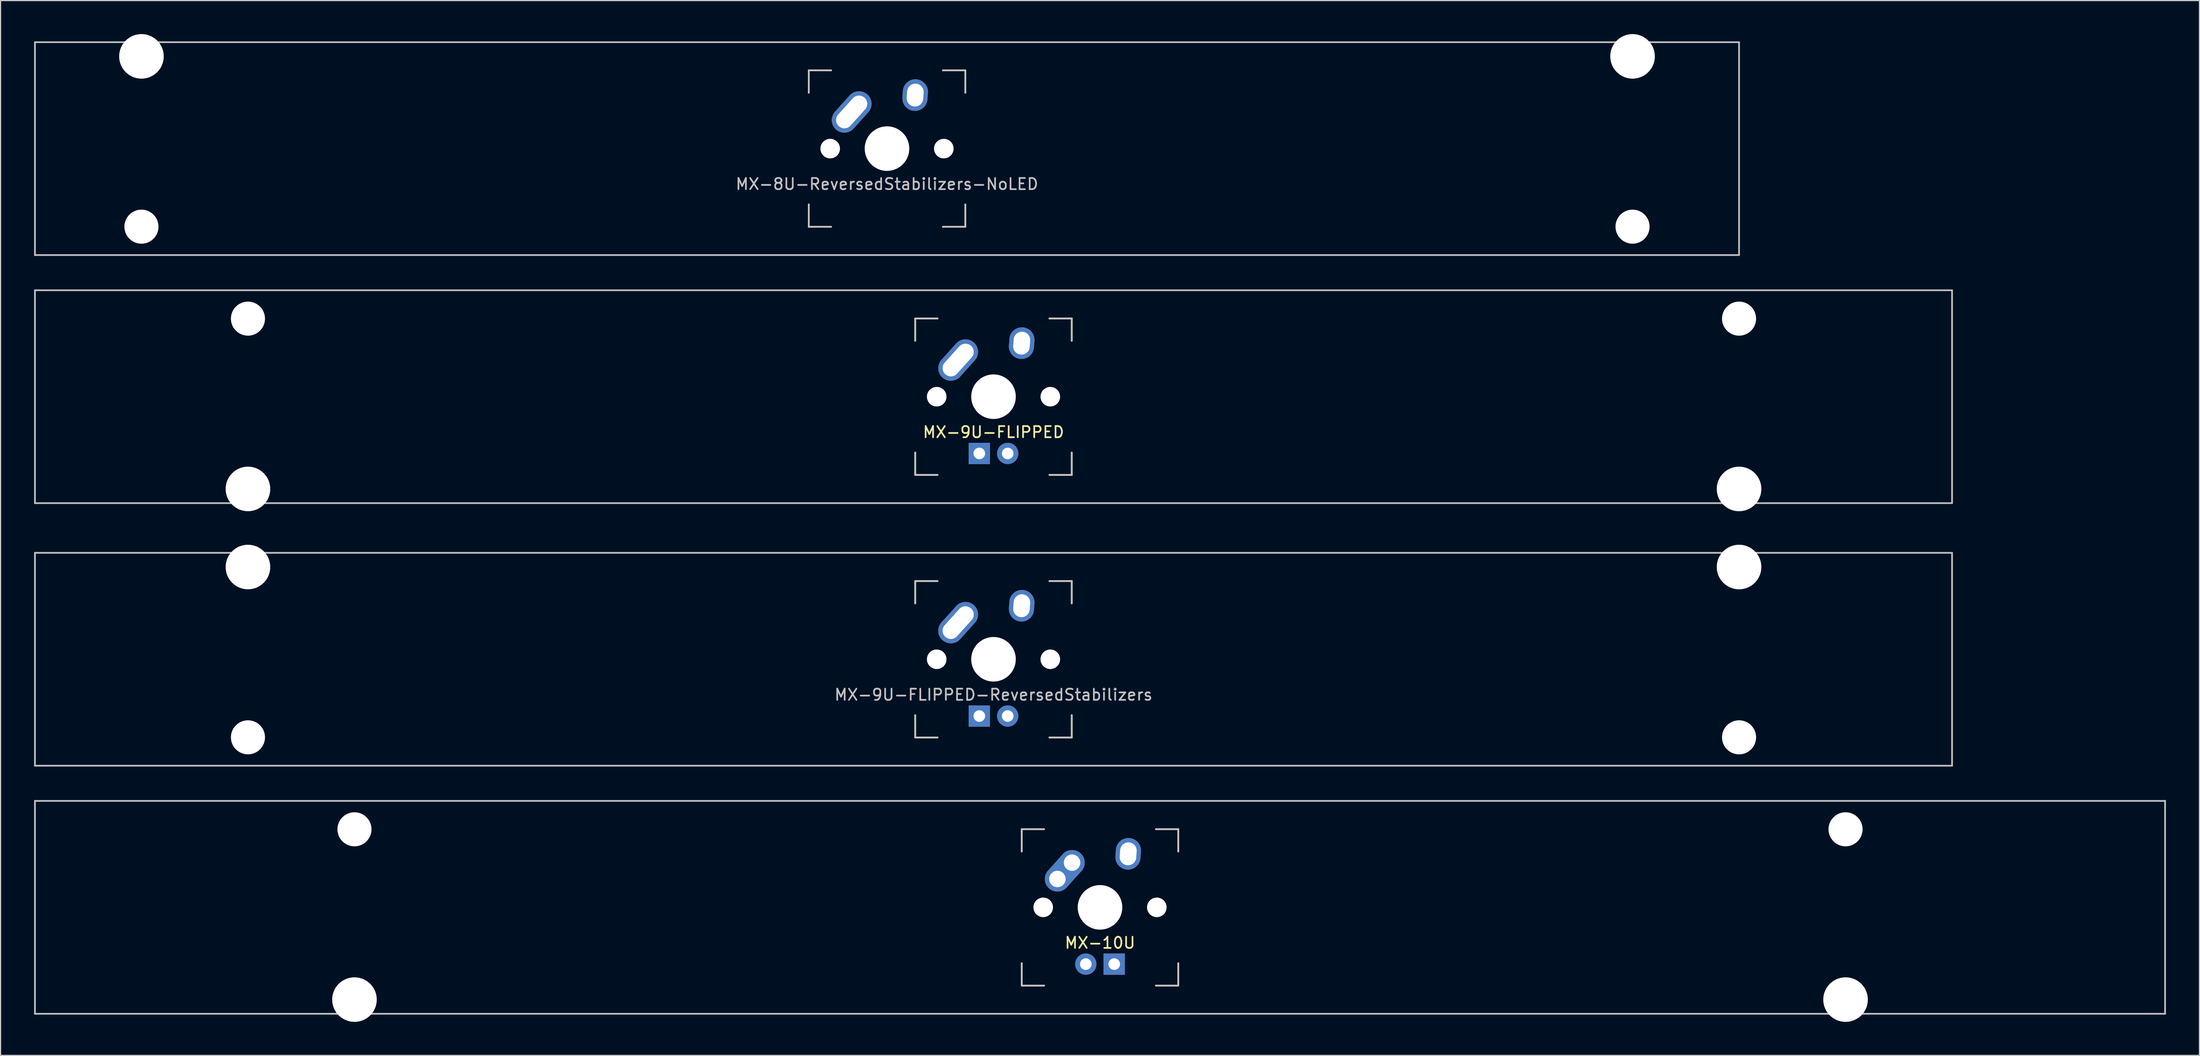
<source format=kicad_pcb>
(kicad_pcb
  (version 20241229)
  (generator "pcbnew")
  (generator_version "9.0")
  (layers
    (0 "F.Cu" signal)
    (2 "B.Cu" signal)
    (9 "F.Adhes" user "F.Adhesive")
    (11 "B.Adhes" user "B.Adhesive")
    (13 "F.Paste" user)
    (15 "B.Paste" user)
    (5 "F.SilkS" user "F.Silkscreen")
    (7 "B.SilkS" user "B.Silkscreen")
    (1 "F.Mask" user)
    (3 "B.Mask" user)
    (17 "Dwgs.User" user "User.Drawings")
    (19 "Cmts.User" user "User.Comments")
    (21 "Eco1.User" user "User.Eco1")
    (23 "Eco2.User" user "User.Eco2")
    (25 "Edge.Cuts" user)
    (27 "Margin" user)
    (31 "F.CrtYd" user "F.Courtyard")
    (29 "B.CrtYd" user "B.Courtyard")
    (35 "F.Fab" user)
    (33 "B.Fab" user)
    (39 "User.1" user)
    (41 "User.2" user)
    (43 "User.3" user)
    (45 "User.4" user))
  (footprint "MX-10U"
    (layer "F.Cu")
    (at 95.325 78.147)
    (property "Reference" "MX-10U" (at 0 3.175 0) (layer "F.SilkS") (effects (font (size 1 1) (thickness 0.15))))
    (attr through_hole)
    (fp_line (start -7 -7) (end -7 -5) (stroke (width 0.15) (type solid)) (layer "F.SilkS"))
    (fp_line (start -7 5) (end -7 7) (stroke (width 0.15) (type solid)) (layer "F.SilkS"))
    (fp_line (start -7 7) (end -5 7) (stroke (width 0.15) (type solid)) (layer "F.SilkS"))
    (fp_line (start -5 -7) (end -7 -7) (stroke (width 0.15) (type solid)) (layer "F.SilkS"))
    (fp_line (start 5 -7) (end 7 -7) (stroke (width 0.15) (type solid)) (layer "F.SilkS"))
    (fp_line (start 5 7) (end 7 7) (stroke (width 0.15) (type solid)) (layer "F.SilkS"))
    (fp_line (start 7 -7) (end 7 -5) (stroke (width 0.15) (type solid)) (layer "F.SilkS"))
    (fp_line (start 7 7) (end 7 5) (stroke (width 0.15) (type solid)) (layer "F.SilkS"))
    (fp_line (start -95.25 -9.525) (end 95.25 -9.525) (stroke (width 0.15) (type solid)) (layer "Dwgs.User"))
    (fp_line (start -95.25 9.525) (end -95.25 -9.525) (stroke (width 0.15) (type solid)) (layer "Dwgs.User"))
    (fp_line (start -95.25 9.525) (end 95.25 9.525) (stroke (width 0.15) (type solid)) (layer "Dwgs.User"))
    (fp_line (start -7 -7) (end -7 -5) (stroke (width 0.15) (type solid)) (layer "Dwgs.User"))
    (fp_line (start -7 5) (end -7 7) (stroke (width 0.15) (type solid)) (layer "Dwgs.User"))
    (fp_line (start -7 7) (end -5 7) (stroke (width 0.15) (type solid)) (layer "Dwgs.User"))
    (fp_line (start -5 -7) (end -7 -7) (stroke (width 0.15) (type solid)) (layer "Dwgs.User"))
    (fp_line (start 5 -7) (end 7 -7) (stroke (width 0.15) (type solid)) (layer "Dwgs.User"))
    (fp_line (start 5 7) (end 7 7) (stroke (width 0.15) (type solid)) (layer "Dwgs.User"))
    (fp_line (start 7 -7) (end 7 -5) (stroke (width 0.15) (type solid)) (layer "Dwgs.User"))
    (fp_line (start 7 7) (end 7 5) (stroke (width 0.15) (type solid)) (layer "Dwgs.User"))
    (fp_line (start 95.25 -9.525) (end 95.25 9.525) (stroke (width 0.15) (type solid)) (layer "Dwgs.User"))
    (pad "" np_thru_hole circle (at -66.675 -6.985) (size 3.048 3.048) (drill 3.048) (layers "*.Cu" "*.Mask"))
    (pad "" np_thru_hole circle (at -66.675 8.255) (size 3.988 3.988) (drill 3.988) (layers "*.Cu" "*.Mask"))
    (pad "" np_thru_hole circle (at -5.08 0 48.1) (size 1.75 1.75) (drill 1.75) (layers "*.Cu" "*.Mask"))
    (pad "" np_thru_hole circle (at 0 0) (size 3.988 3.988) (drill 3.988) (layers "*.Cu" "*.Mask"))
    (pad "" np_thru_hole circle (at 5.08 0 48.1) (size 1.75 1.75) (drill 1.75) (layers "*.Cu" "*.Mask"))
    (pad "" np_thru_hole circle (at 66.675 -6.985) (size 3.048 3.048) (drill 3.048) (layers "*.Cu" "*.Mask"))
    (pad "" np_thru_hole circle (at 66.675 8.255) (size 3.988 3.988) (drill 3.988) (layers "*.Cu" "*.Mask"))
    (pad "1" thru_hole oval (at -3.81 -2.54 48.1) (size 4.212 2.25) (drill 1.47 (offset 0.981 0)) (layers "*.Cu" "*.Mask"))
    (pad "1" thru_hole circle (at -2.5 -4) (size 2.25 2.25) (drill 1.47) (layers "*.Cu" "*.Mask"))
    (pad "2" thru_hole oval (at 2.52 -4.79 86) (size 2.831 2.25) (drill oval 2.051 1.48) (layers "*.Cu" "*.Mask"))
    (pad "3" thru_hole circle (at -1.27 5.08) (size 1.905 1.905) (drill 1.04) (layers "*.Cu" "*.Mask"))
    (pad "4" thru_hole rect (at 1.27 5.08) (size 1.905 1.905) (drill 1.04) (layers "*.Cu" "*.Mask")))
  (footprint "MX-8U-ReversedStabilizers-NoLED"
    (layer "F.Cu")
    (at 76.275 10.249)
    (property "Reference" "MX-8U-ReversedStabilizers-NoLED" (at 0 3.175 0) (layer "Dwgs.User") (effects (font (size 1 1) (thickness 0.15))))
    (attr through_hole)
    (fp_line (start -7 -7) (end -7 -5) (stroke (width 0.15) (type solid)) (layer "F.SilkS"))
    (fp_line (start -7 5) (end -7 7) (stroke (width 0.15) (type solid)) (layer "F.SilkS"))
    (fp_line (start -7 7) (end -5 7) (stroke (width 0.15) (type solid)) (layer "F.SilkS"))
    (fp_line (start -5 -7) (end -7 -7) (stroke (width 0.15) (type solid)) (layer "F.SilkS"))
    (fp_line (start 5 -7) (end 7 -7) (stroke (width 0.15) (type solid)) (layer "F.SilkS"))
    (fp_line (start 5 7) (end 7 7) (stroke (width 0.15) (type solid)) (layer "F.SilkS"))
    (fp_line (start 7 -7) (end 7 -5) (stroke (width 0.15) (type solid)) (layer "F.SilkS"))
    (fp_line (start 7 7) (end 7 5) (stroke (width 0.15) (type solid)) (layer "F.SilkS"))
    (fp_line (start -76.2 -9.525) (end 76.2 -9.525) (stroke (width 0.15) (type solid)) (layer "Dwgs.User"))
    (fp_line (start -76.2 9.525) (end -76.2 -9.525) (stroke (width 0.15) (type solid)) (layer "Dwgs.User"))
    (fp_line (start -76.2 9.525) (end 76.2 9.525) (stroke (width 0.15) (type solid)) (layer "Dwgs.User"))
    (fp_line (start -7 -7) (end -7 -5) (stroke (width 0.15) (type solid)) (layer "Dwgs.User"))
    (fp_line (start -7 5) (end -7 7) (stroke (width 0.15) (type solid)) (layer "Dwgs.User"))
    (fp_line (start -7 7) (end -5 7) (stroke (width 0.15) (type solid)) (layer "Dwgs.User"))
    (fp_line (start -5 -7) (end -7 -7) (stroke (width 0.15) (type solid)) (layer "Dwgs.User"))
    (fp_line (start 5 -7) (end 7 -7) (stroke (width 0.15) (type solid)) (layer "Dwgs.User"))
    (fp_line (start 5 7) (end 7 7) (stroke (width 0.15) (type solid)) (layer "Dwgs.User"))
    (fp_line (start 7 -7) (end 7 -5) (stroke (width 0.15) (type solid)) (layer "Dwgs.User"))
    (fp_line (start 7 7) (end 7 5) (stroke (width 0.15) (type solid)) (layer "Dwgs.User"))
    (fp_line (start 76.2 -9.525) (end 76.2 9.525) (stroke (width 0.15) (type solid)) (layer "Dwgs.User"))
    (pad "" np_thru_hole circle (at -66.675 -8.255) (size 3.988 3.988) (drill 3.988) (layers "*.Cu" "*.Mask"))
    (pad "" np_thru_hole circle (at -66.675 6.985) (size 3.048 3.048) (drill 3.048) (layers "*.Cu" "*.Mask"))
    (pad "" np_thru_hole circle (at -5.08 0 48.1) (size 1.75 1.75) (drill 1.75) (layers "*.Cu" "*.Mask"))
    (pad "" np_thru_hole circle (at 0 0) (size 3.988 3.988) (drill 3.988) (layers "*.Cu" "*.Mask"))
    (pad "" np_thru_hole circle (at 5.08 0 48.1) (size 1.75 1.75) (drill 1.75) (layers "*.Cu" "*.Mask"))
    (pad "" np_thru_hole circle (at 66.675 -8.255) (size 3.988 3.988) (drill 3.988) (layers "*.Cu" "*.Mask"))
    (pad "" np_thru_hole circle (at 66.675 6.985) (size 3.048 3.048) (drill 3.048) (layers "*.Cu" "*.Mask"))
    (pad "1" thru_hole oval (at -3.16 -3.28 48) (size 4.21 2.25) (drill oval 3.43 1.48) (layers "*.Cu" "B.Mask"))
    (pad "2" thru_hole oval (at 2.52 -4.79 86) (size 2.831 2.25) (drill oval 2.051 1.48) (layers "*.Cu" "B.Mask")))
  (footprint "MX-9U-FLIPPED-ReversedStabilizers"
    (layer "F.Cu")
    (at 85.8 55.947)
    (property "Reference" "MX-9U-FLIPPED-ReversedStabilizers" (at 0 3.175 0) (layer "Dwgs.User") (effects (font (size 1 1) (thickness 0.15))))
    (attr through_hole)
    (fp_line (start -7 -7) (end -7 -5) (stroke (width 0.15) (type solid)) (layer "F.SilkS"))
    (fp_line (start -7 5) (end -7 7) (stroke (width 0.15) (type solid)) (layer "F.SilkS"))
    (fp_line (start -7 7) (end -5 7) (stroke (width 0.15) (type solid)) (layer "F.SilkS"))
    (fp_line (start -5 -7) (end -7 -7) (stroke (width 0.15) (type solid)) (layer "F.SilkS"))
    (fp_line (start 5 -7) (end 7 -7) (stroke (width 0.15) (type solid)) (layer "F.SilkS"))
    (fp_line (start 5 7) (end 7 7) (stroke (width 0.15) (type solid)) (layer "F.SilkS"))
    (fp_line (start 7 -7) (end 7 -5) (stroke (width 0.15) (type solid)) (layer "F.SilkS"))
    (fp_line (start 7 7) (end 7 5) (stroke (width 0.15) (type solid)) (layer "F.SilkS"))
    (fp_line (start -85.725 -9.525) (end 85.725 -9.525) (stroke (width 0.15) (type solid)) (layer "Dwgs.User"))
    (fp_line (start -85.725 9.525) (end -85.725 -9.525) (stroke (width 0.15) (type solid)) (layer "Dwgs.User"))
    (fp_line (start -85.725 9.525) (end 85.725 9.525) (stroke (width 0.15) (type solid)) (layer "Dwgs.User"))
    (fp_line (start -7 -7) (end -7 -5) (stroke (width 0.15) (type solid)) (layer "Dwgs.User"))
    (fp_line (start -7 5) (end -7 7) (stroke (width 0.15) (type solid)) (layer "Dwgs.User"))
    (fp_line (start -7 7) (end -5 7) (stroke (width 0.15) (type solid)) (layer "Dwgs.User"))
    (fp_line (start -5 -7) (end -7 -7) (stroke (width 0.15) (type solid)) (layer "Dwgs.User"))
    (fp_line (start 5 -7) (end 7 -7) (stroke (width 0.15) (type solid)) (layer "Dwgs.User"))
    (fp_line (start 5 7) (end 7 7) (stroke (width 0.15) (type solid)) (layer "Dwgs.User"))
    (fp_line (start 7 -7) (end 7 -5) (stroke (width 0.15) (type solid)) (layer "Dwgs.User"))
    (fp_line (start 7 7) (end 7 5) (stroke (width 0.15) (type solid)) (layer "Dwgs.User"))
    (fp_line (start 85.725 -9.525) (end 85.725 9.525) (stroke (width 0.15) (type solid)) (layer "Dwgs.User"))
    (pad "" np_thru_hole circle (at -66.675 -8.255) (size 3.988 3.988) (drill 3.988) (layers "*.Cu" "*.Mask"))
    (pad "" np_thru_hole circle (at -66.675 6.985) (size 3.048 3.048) (drill 3.048) (layers "*.Cu" "*.Mask"))
    (pad "" np_thru_hole circle (at -5.08 0 48.1) (size 1.75 1.75) (drill 1.75) (layers "*.Cu" "*.Mask"))
    (pad "" np_thru_hole circle (at 0 0) (size 3.988 3.988) (drill 3.988) (layers "*.Cu" "*.Mask"))
    (pad "" np_thru_hole circle (at 5.08 0 48.1) (size 1.75 1.75) (drill 1.75) (layers "*.Cu" "*.Mask"))
    (pad "" np_thru_hole circle (at 66.675 -8.255) (size 3.988 3.988) (drill 3.988) (layers "*.Cu" "*.Mask"))
    (pad "" np_thru_hole circle (at 66.675 6.985) (size 3.048 3.048) (drill 3.048) (layers "*.Cu" "*.Mask"))
    (pad "1" thru_hole oval (at -3.16 -3.28 48) (size 4.21 2.25) (drill oval 3.43 1.48) (layers "*.Cu" "B.Mask"))
    (pad "2" thru_hole oval (at 2.52 -4.79 86) (size 2.831 2.25) (drill oval 2.051 1.48) (layers "*.Cu" "B.Mask"))
    (pad "3" thru_hole circle (at 1.27 5.08) (size 1.905 1.905) (drill 1.04) (layers "*.Cu" "B.Mask"))
    (pad "4" thru_hole rect (at -1.27 5.08) (size 1.905 1.905) (drill 1.04) (layers "*.Cu" "B.Mask")))
  (footprint "MX-9U-FLIPPED"
    (layer "F.Cu")
    (at 85.8 32.449)
    (property "Reference" "MX-9U-FLIPPED" (at 0 3.175 0) (layer "F.SilkS") (effects (font (size 1 1) (thickness 0.15))))
    (attr through_hole)
    (fp_line (start -7 -7) (end -7 -5) (stroke (width 0.15) (type solid)) (layer "F.SilkS"))
    (fp_line (start -7 5) (end -7 7) (stroke (width 0.15) (type solid)) (layer "F.SilkS"))
    (fp_line (start -7 7) (end -5 7) (stroke (width 0.15) (type solid)) (layer "F.SilkS"))
    (fp_line (start -5 -7) (end -7 -7) (stroke (width 0.15) (type solid)) (layer "F.SilkS"))
    (fp_line (start 5 -7) (end 7 -7) (stroke (width 0.15) (type solid)) (layer "F.SilkS"))
    (fp_line (start 5 7) (end 7 7) (stroke (width 0.15) (type solid)) (layer "F.SilkS"))
    (fp_line (start 7 -7) (end 7 -5) (stroke (width 0.15) (type solid)) (layer "F.SilkS"))
    (fp_line (start 7 7) (end 7 5) (stroke (width 0.15) (type solid)) (layer "F.SilkS"))
    (fp_line (start -85.725 -9.525) (end 85.725 -9.525) (stroke (width 0.15) (type solid)) (layer "Dwgs.User"))
    (fp_line (start -85.725 9.525) (end -85.725 -9.525) (stroke (width 0.15) (type solid)) (layer "Dwgs.User"))
    (fp_line (start -85.725 9.525) (end 85.725 9.525) (stroke (width 0.15) (type solid)) (layer "Dwgs.User"))
    (fp_line (start -7 -7) (end -7 -5) (stroke (width 0.15) (type solid)) (layer "Dwgs.User"))
    (fp_line (start -7 5) (end -7 7) (stroke (width 0.15) (type solid)) (layer "Dwgs.User"))
    (fp_line (start -7 7) (end -5 7) (stroke (width 0.15) (type solid)) (layer "Dwgs.User"))
    (fp_line (start -5 -7) (end -7 -7) (stroke (width 0.15) (type solid)) (layer "Dwgs.User"))
    (fp_line (start 5 -7) (end 7 -7) (stroke (width 0.15) (type solid)) (layer "Dwgs.User"))
    (fp_line (start 5 7) (end 7 7) (stroke (width 0.15) (type solid)) (layer "Dwgs.User"))
    (fp_line (start 7 -7) (end 7 -5) (stroke (width 0.15) (type solid)) (layer "Dwgs.User"))
    (fp_line (start 7 7) (end 7 5) (stroke (width 0.15) (type solid)) (layer "Dwgs.User"))
    (fp_line (start 85.725 -9.525) (end 85.725 9.525) (stroke (width 0.15) (type solid)) (layer "Dwgs.User"))
    (pad "" np_thru_hole circle (at -66.675 -6.985) (size 3.048 3.048) (drill 3.048) (layers "*.Cu" "*.Mask"))
    (pad "" np_thru_hole circle (at -66.675 8.255) (size 3.988 3.988) (drill 3.988) (layers "*.Cu" "*.Mask"))
    (pad "" np_thru_hole circle (at -5.08 0 48.1) (size 1.75 1.75) (drill 1.75) (layers "*.Cu" "*.Mask"))
    (pad "" np_thru_hole circle (at 0 0) (size 3.988 3.988) (drill 3.988) (layers "*.Cu" "*.Mask"))
    (pad "" np_thru_hole circle (at 5.08 0 48.1) (size 1.75 1.75) (drill 1.75) (layers "*.Cu" "*.Mask"))
    (pad "" np_thru_hole circle (at 66.675 -6.985) (size 3.048 3.048) (drill 3.048) (layers "*.Cu" "*.Mask"))
    (pad "" np_thru_hole circle (at 66.675 8.255) (size 3.988 3.988) (drill 3.988) (layers "*.Cu" "*.Mask"))
    (pad "1" thru_hole oval (at -3.16 -3.28 48) (size 4.21 2.25) (drill oval 3.43 1.48) (layers "*.Cu" "*.Mask"))
    (pad "2" thru_hole oval (at 2.52 -4.79 86) (size 2.831 2.25) (drill oval 2.051 1.48) (layers "*.Cu" "*.Mask"))
    (pad "3" thru_hole circle (at 1.27 5.08) (size 1.905 1.905) (drill 1.04) (layers "*.Cu" "*.Mask"))
    (pad "4" thru_hole rect (at -1.27 5.08) (size 1.905 1.905) (drill 1.04) (layers "*.Cu" "*.Mask")))
  (gr_rect
    (start -3 -3)
    (end 193.65 91.396)
    (stroke (width 0.1) (type default))
    (fill no)
    (layer "Edge.Cuts")))
</source>
